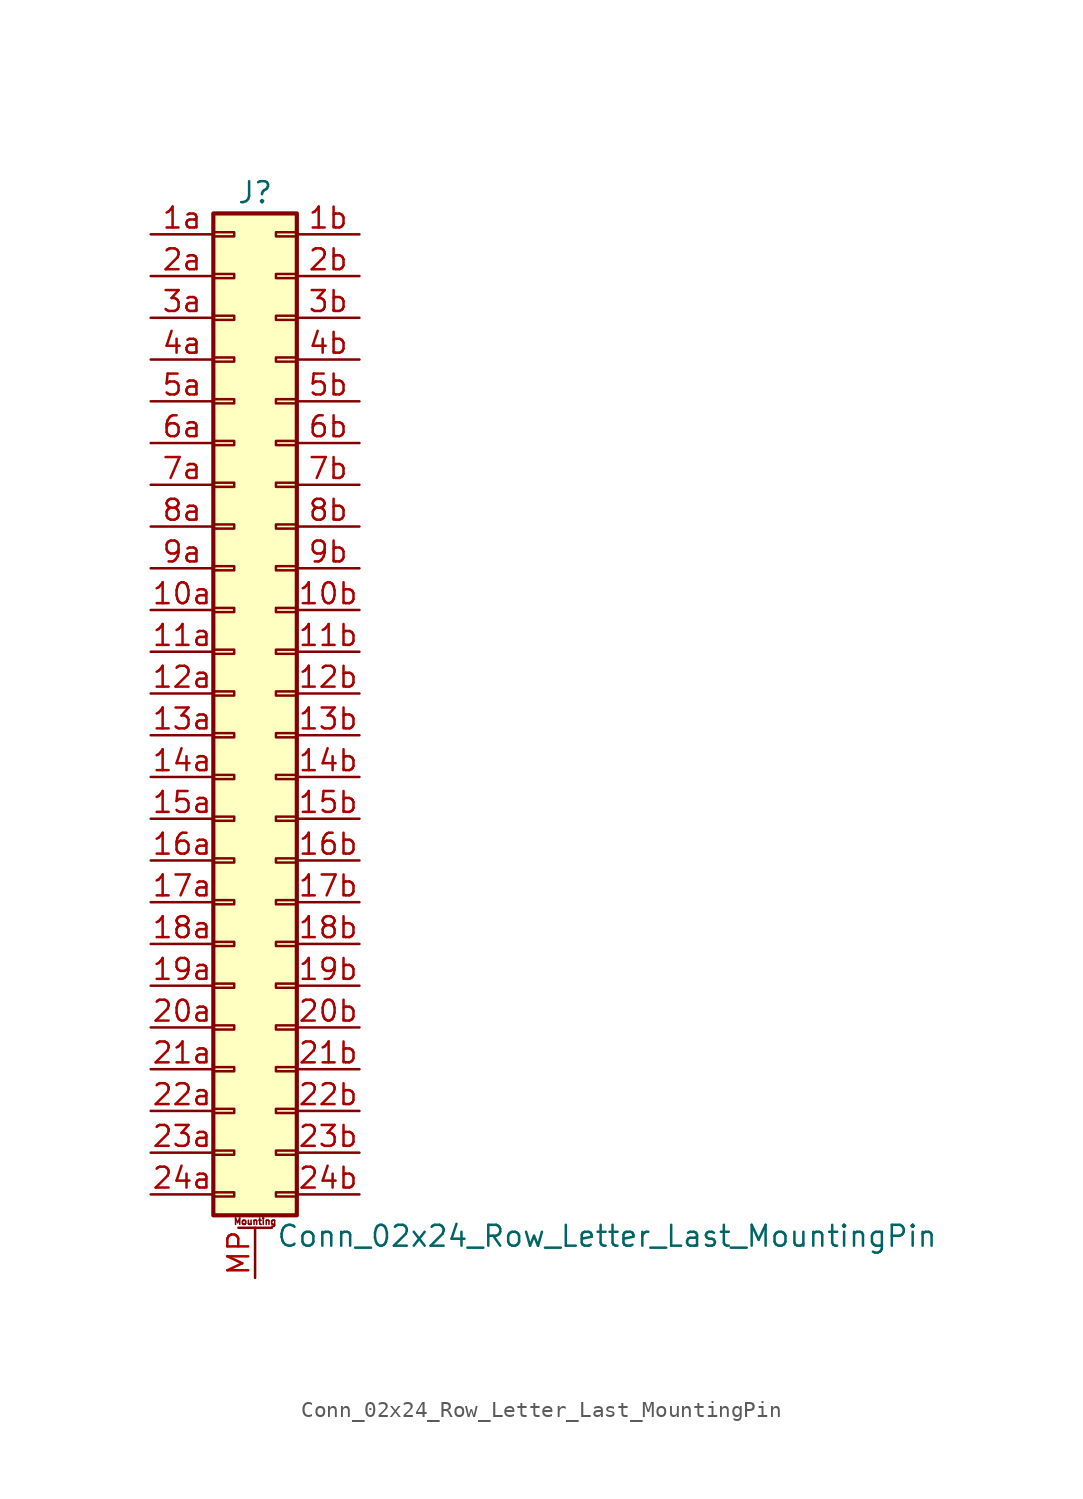
<source format=kicad_sym>
(kicad_symbol_lib
  (version 20220914)
  (generator kicad_symbol_editor)
  (symbol "Conn_02x24_Row_Letter_Last_MountingPin"
    (pin_names
      (offset 1.016) hide)
    (property "Reference" "J"
      (at 1.27 30.48 0)
      (effects (font (size 1.27 1.27))))
    (property "Value" "Conn_02x24_Row_Letter_Last_MountingPin"
      (at 2.54 -33.02 0)
      (effects (font (size 1.27 1.27)) (justify left)))
    (symbol "Conn_02x24_Row_Letter_Last_MountingPin_1_1"
      (rectangle (start -1.27 -30.353) (end 0 -30.607) (stroke (width 0.152) (type default)) (fill (type none)))
      (rectangle (start -1.27 -27.813) (end 0 -28.067) (stroke (width 0.152) (type default)) (fill (type none)))
      (rectangle (start -1.27 -25.273) (end 0 -25.527) (stroke (width 0.152) (type default)) (fill (type none)))
      (rectangle (start -1.27 -22.733) (end 0 -22.987) (stroke (width 0.152) (type default)) (fill (type none)))
      (rectangle (start -1.27 -20.193) (end 0 -20.447) (stroke (width 0.152) (type default)) (fill (type none)))
      (rectangle (start -1.27 -17.653) (end 0 -17.907) (stroke (width 0.152) (type default)) (fill (type none)))
      (rectangle (start -1.27 -15.113) (end 0 -15.367) (stroke (width 0.152) (type default)) (fill (type none)))
      (rectangle (start -1.27 -12.573) (end 0 -12.827) (stroke (width 0.152) (type default)) (fill (type none)))
      (rectangle (start -1.27 -10.033) (end 0 -10.287) (stroke (width 0.152) (type default)) (fill (type none)))
      (rectangle (start -1.27 -7.493) (end 0 -7.747) (stroke (width 0.152) (type default)) (fill (type none)))
      (rectangle (start -1.27 -4.953) (end 0 -5.207) (stroke (width 0.152) (type default)) (fill (type none)))
      (rectangle (start -1.27 -2.413) (end 0 -2.667) (stroke (width 0.152) (type default)) (fill (type none)))
      (rectangle (start -1.27 0.127) (end 0 -0.127) (stroke (width 0.152) (type default)) (fill (type none)))
      (rectangle (start -1.27 2.667) (end 0 2.413) (stroke (width 0.152) (type default)) (fill (type none)))
      (rectangle (start -1.27 5.207) (end 0 4.953) (stroke (width 0.152) (type default)) (fill (type none)))
      (rectangle (start -1.27 7.747) (end 0 7.493) (stroke (width 0.152) (type default)) (fill (type none)))
      (rectangle (start -1.27 10.287) (end 0 10.033) (stroke (width 0.152) (type default)) (fill (type none)))
      (rectangle (start -1.27 12.827) (end 0 12.573) (stroke (width 0.152) (type default)) (fill (type none)))
      (rectangle (start -1.27 15.367) (end 0 15.113) (stroke (width 0.152) (type default)) (fill (type none)))
      (rectangle (start -1.27 17.907) (end 0 17.653) (stroke (width 0.152) (type default)) (fill (type none)))
      (rectangle (start -1.27 20.447) (end 0 20.193) (stroke (width 0.152) (type default)) (fill (type none)))
      (rectangle (start -1.27 22.987) (end 0 22.733) (stroke (width 0.152) (type default)) (fill (type none)))
      (rectangle (start -1.27 25.527) (end 0 25.273) (stroke (width 0.152) (type default)) (fill (type none)))
      (rectangle (start -1.27 28.067) (end 0 27.813) (stroke (width 0.152) (type default)) (fill (type none)))
      (rectangle (start -1.27 29.21) (end 3.81 -31.75) (stroke (width 0.254) (type default)) (fill (type background)))
      (polyline (pts (xy 0.254 -32.512) (xy 2.286 -32.512)) (stroke (width 0.152) (type default)) (fill (type none)))
      (rectangle (start 3.81 -30.353) (end 2.54 -30.607) (stroke (width 0.152) (type default)) (fill (type none)))
      (rectangle (start 3.81 -27.813) (end 2.54 -28.067) (stroke (width 0.152) (type default)) (fill (type none)))
      (rectangle (start 3.81 -25.273) (end 2.54 -25.527) (stroke (width 0.152) (type default)) (fill (type none)))
      (rectangle (start 3.81 -22.733) (end 2.54 -22.987) (stroke (width 0.152) (type default)) (fill (type none)))
      (rectangle (start 3.81 -20.193) (end 2.54 -20.447) (stroke (width 0.152) (type default)) (fill (type none)))
      (rectangle (start 3.81 -17.653) (end 2.54 -17.907) (stroke (width 0.152) (type default)) (fill (type none)))
      (rectangle (start 3.81 -15.113) (end 2.54 -15.367) (stroke (width 0.152) (type default)) (fill (type none)))
      (rectangle (start 3.81 -12.573) (end 2.54 -12.827) (stroke (width 0.152) (type default)) (fill (type none)))
      (rectangle (start 3.81 -10.033) (end 2.54 -10.287) (stroke (width 0.152) (type default)) (fill (type none)))
      (rectangle (start 3.81 -7.493) (end 2.54 -7.747) (stroke (width 0.152) (type default)) (fill (type none)))
      (rectangle (start 3.81 -4.953) (end 2.54 -5.207) (stroke (width 0.152) (type default)) (fill (type none)))
      (rectangle (start 3.81 -2.413) (end 2.54 -2.667) (stroke (width 0.152) (type default)) (fill (type none)))
      (rectangle (start 3.81 0.127) (end 2.54 -0.127) (stroke (width 0.152) (type default)) (fill (type none)))
      (rectangle (start 3.81 2.667) (end 2.54 2.413) (stroke (width 0.152) (type default)) (fill (type none)))
      (rectangle (start 3.81 5.207) (end 2.54 4.953) (stroke (width 0.152) (type default)) (fill (type none)))
      (rectangle (start 3.81 7.747) (end 2.54 7.493) (stroke (width 0.152) (type default)) (fill (type none)))
      (rectangle (start 3.81 10.287) (end 2.54 10.033) (stroke (width 0.152) (type default)) (fill (type none)))
      (rectangle (start 3.81 12.827) (end 2.54 12.573) (stroke (width 0.152) (type default)) (fill (type none)))
      (rectangle (start 3.81 15.367) (end 2.54 15.113) (stroke (width 0.152) (type default)) (fill (type none)))
      (rectangle (start 3.81 17.907) (end 2.54 17.653) (stroke (width 0.152) (type default)) (fill (type none)))
      (rectangle (start 3.81 20.447) (end 2.54 20.193) (stroke (width 0.152) (type default)) (fill (type none)))
      (rectangle (start 3.81 22.987) (end 2.54 22.733) (stroke (width 0.152) (type default)) (fill (type none)))
      (rectangle (start 3.81 25.527) (end 2.54 25.273) (stroke (width 0.152) (type default)) (fill (type none)))
      (rectangle (start 3.81 28.067) (end 2.54 27.813) (stroke (width 0.152) (type default)) (fill (type none)))
      (text "Mounting" (at 1.27 -32.131 0) (effects (font (size 0.381 0.381))))
      (pin passive line (at -5.08 5.08 0) (length 3.81) (name "Pin_10a" (effects (font (size 1.27 1.27)))) (number "10a" (effects (font (size 1.27 1.27)))))
      (pin passive line (at 7.62 5.08 180) (length 3.81) (name "Pin_10b" (effects (font (size 1.27 1.27)))) (number "10b" (effects (font (size 1.27 1.27)))))
      (pin passive line (at -5.08 2.54 0) (length 3.81) (name "Pin_11a" (effects (font (size 1.27 1.27)))) (number "11a" (effects (font (size 1.27 1.27)))))
      (pin passive line (at 7.62 2.54 180) (length 3.81) (name "Pin_11b" (effects (font (size 1.27 1.27)))) (number "11b" (effects (font (size 1.27 1.27)))))
      (pin passive line (at -5.08 0 0) (length 3.81) (name "Pin_12a" (effects (font (size 1.27 1.27)))) (number "12a" (effects (font (size 1.27 1.27)))))
      (pin passive line (at 7.62 0 180) (length 3.81) (name "Pin_12b" (effects (font (size 1.27 1.27)))) (number "12b" (effects (font (size 1.27 1.27)))))
      (pin passive line (at -5.08 -2.54 0) (length 3.81) (name "Pin_13a" (effects (font (size 1.27 1.27)))) (number "13a" (effects (font (size 1.27 1.27)))))
      (pin passive line (at 7.62 -2.54 180) (length 3.81) (name "Pin_13b" (effects (font (size 1.27 1.27)))) (number "13b" (effects (font (size 1.27 1.27)))))
      (pin passive line (at -5.08 -5.08 0) (length 3.81) (name "Pin_14a" (effects (font (size 1.27 1.27)))) (number "14a" (effects (font (size 1.27 1.27)))))
      (pin passive line (at 7.62 -5.08 180) (length 3.81) (name "Pin_14b" (effects (font (size 1.27 1.27)))) (number "14b" (effects (font (size 1.27 1.27)))))
      (pin passive line (at -5.08 -7.62 0) (length 3.81) (name "Pin_15a" (effects (font (size 1.27 1.27)))) (number "15a" (effects (font (size 1.27 1.27)))))
      (pin passive line (at 7.62 -7.62 180) (length 3.81) (name "Pin_15b" (effects (font (size 1.27 1.27)))) (number "15b" (effects (font (size 1.27 1.27)))))
      (pin passive line (at -5.08 -10.16 0) (length 3.81) (name "Pin_16a" (effects (font (size 1.27 1.27)))) (number "16a" (effects (font (size 1.27 1.27)))))
      (pin passive line (at 7.62 -10.16 180) (length 3.81) (name "Pin_16b" (effects (font (size 1.27 1.27)))) (number "16b" (effects (font (size 1.27 1.27)))))
      (pin passive line (at -5.08 -12.7 0) (length 3.81) (name "Pin_17a" (effects (font (size 1.27 1.27)))) (number "17a" (effects (font (size 1.27 1.27)))))
      (pin passive line (at 7.62 -12.7 180) (length 3.81) (name "Pin_17b" (effects (font (size 1.27 1.27)))) (number "17b" (effects (font (size 1.27 1.27)))))
      (pin passive line (at -5.08 -15.24 0) (length 3.81) (name "Pin_18a" (effects (font (size 1.27 1.27)))) (number "18a" (effects (font (size 1.27 1.27)))))
      (pin passive line (at 7.62 -15.24 180) (length 3.81) (name "Pin_18b" (effects (font (size 1.27 1.27)))) (number "18b" (effects (font (size 1.27 1.27)))))
      (pin passive line (at -5.08 -17.78 0) (length 3.81) (name "Pin_19a" (effects (font (size 1.27 1.27)))) (number "19a" (effects (font (size 1.27 1.27)))))
      (pin passive line (at 7.62 -17.78 180) (length 3.81) (name "Pin_19b" (effects (font (size 1.27 1.27)))) (number "19b" (effects (font (size 1.27 1.27)))))
      (pin passive line (at -5.08 27.94 0) (length 3.81) (name "Pin_1a" (effects (font (size 1.27 1.27)))) (number "1a" (effects (font (size 1.27 1.27)))))
      (pin passive line (at 7.62 27.94 180) (length 3.81) (name "Pin_1b" (effects (font (size 1.27 1.27)))) (number "1b" (effects (font (size 1.27 1.27)))))
      (pin passive line (at -5.08 -20.32 0) (length 3.81) (name "Pin_20a" (effects (font (size 1.27 1.27)))) (number "20a" (effects (font (size 1.27 1.27)))))
      (pin passive line (at 7.62 -20.32 180) (length 3.81) (name "Pin_20b" (effects (font (size 1.27 1.27)))) (number "20b" (effects (font (size 1.27 1.27)))))
      (pin passive line (at -5.08 -22.86 0) (length 3.81) (name "Pin_21a" (effects (font (size 1.27 1.27)))) (number "21a" (effects (font (size 1.27 1.27)))))
      (pin passive line (at 7.62 -22.86 180) (length 3.81) (name "Pin_21b" (effects (font (size 1.27 1.27)))) (number "21b" (effects (font (size 1.27 1.27)))))
      (pin passive line (at -5.08 -25.4 0) (length 3.81) (name "Pin_22a" (effects (font (size 1.27 1.27)))) (number "22a" (effects (font (size 1.27 1.27)))))
      (pin passive line (at 7.62 -25.4 180) (length 3.81) (name "Pin_22b" (effects (font (size 1.27 1.27)))) (number "22b" (effects (font (size 1.27 1.27)))))
      (pin passive line (at -5.08 -27.94 0) (length 3.81) (name "Pin_23a" (effects (font (size 1.27 1.27)))) (number "23a" (effects (font (size 1.27 1.27)))))
      (pin passive line (at 7.62 -27.94 180) (length 3.81) (name "Pin_23b" (effects (font (size 1.27 1.27)))) (number "23b" (effects (font (size 1.27 1.27)))))
      (pin passive line (at -5.08 -30.48 0) (length 3.81) (name "Pin_24a" (effects (font (size 1.27 1.27)))) (number "24a" (effects (font (size 1.27 1.27)))))
      (pin passive line (at 7.62 -30.48 180) (length 3.81) (name "Pin_24b" (effects (font (size 1.27 1.27)))) (number "24b" (effects (font (size 1.27 1.27)))))
      (pin passive line (at -5.08 25.4 0) (length 3.81) (name "Pin_2a" (effects (font (size 1.27 1.27)))) (number "2a" (effects (font (size 1.27 1.27)))))
      (pin passive line (at 7.62 25.4 180) (length 3.81) (name "Pin_2b" (effects (font (size 1.27 1.27)))) (number "2b" (effects (font (size 1.27 1.27)))))
      (pin passive line (at -5.08 22.86 0) (length 3.81) (name "Pin_3a" (effects (font (size 1.27 1.27)))) (number "3a" (effects (font (size 1.27 1.27)))))
      (pin passive line (at 7.62 22.86 180) (length 3.81) (name "Pin_3b" (effects (font (size 1.27 1.27)))) (number "3b" (effects (font (size 1.27 1.27)))))
      (pin passive line (at -5.08 20.32 0) (length 3.81) (name "Pin_4a" (effects (font (size 1.27 1.27)))) (number "4a" (effects (font (size 1.27 1.27)))))
      (pin passive line (at 7.62 20.32 180) (length 3.81) (name "Pin_4b" (effects (font (size 1.27 1.27)))) (number "4b" (effects (font (size 1.27 1.27)))))
      (pin passive line (at -5.08 17.78 0) (length 3.81) (name "Pin_5a" (effects (font (size 1.27 1.27)))) (number "5a" (effects (font (size 1.27 1.27)))))
      (pin passive line (at 7.62 17.78 180) (length 3.81) (name "Pin_5b" (effects (font (size 1.27 1.27)))) (number "5b" (effects (font (size 1.27 1.27)))))
      (pin passive line (at -5.08 15.24 0) (length 3.81) (name "Pin_6a" (effects (font (size 1.27 1.27)))) (number "6a" (effects (font (size 1.27 1.27)))))
      (pin passive line (at 7.62 15.24 180) (length 3.81) (name "Pin_6b" (effects (font (size 1.27 1.27)))) (number "6b" (effects (font (size 1.27 1.27)))))
      (pin passive line (at -5.08 12.7 0) (length 3.81) (name "Pin_7a" (effects (font (size 1.27 1.27)))) (number "7a" (effects (font (size 1.27 1.27)))))
      (pin passive line (at 7.62 12.7 180) (length 3.81) (name "Pin_7b" (effects (font (size 1.27 1.27)))) (number "7b" (effects (font (size 1.27 1.27)))))
      (pin passive line (at -5.08 10.16 0) (length 3.81) (name "Pin_8a" (effects (font (size 1.27 1.27)))) (number "8a" (effects (font (size 1.27 1.27)))))
      (pin passive line (at 7.62 10.16 180) (length 3.81) (name "Pin_8b" (effects (font (size 1.27 1.27)))) (number "8b" (effects (font (size 1.27 1.27)))))
      (pin passive line (at -5.08 7.62 0) (length 3.81) (name "Pin_9a" (effects (font (size 1.27 1.27)))) (number "9a" (effects (font (size 1.27 1.27)))))
      (pin passive line (at 7.62 7.62 180) (length 3.81) (name "Pin_9b" (effects (font (size 1.27 1.27)))) (number "9b" (effects (font (size 1.27 1.27)))))
      (pin passive line (at 1.27 -35.56 90) (length 3.048) (name "MountPin" (effects (font (size 1.27 1.27)))) (number "MP" (effects (font (size 1.27 1.27))))))))
</source>
